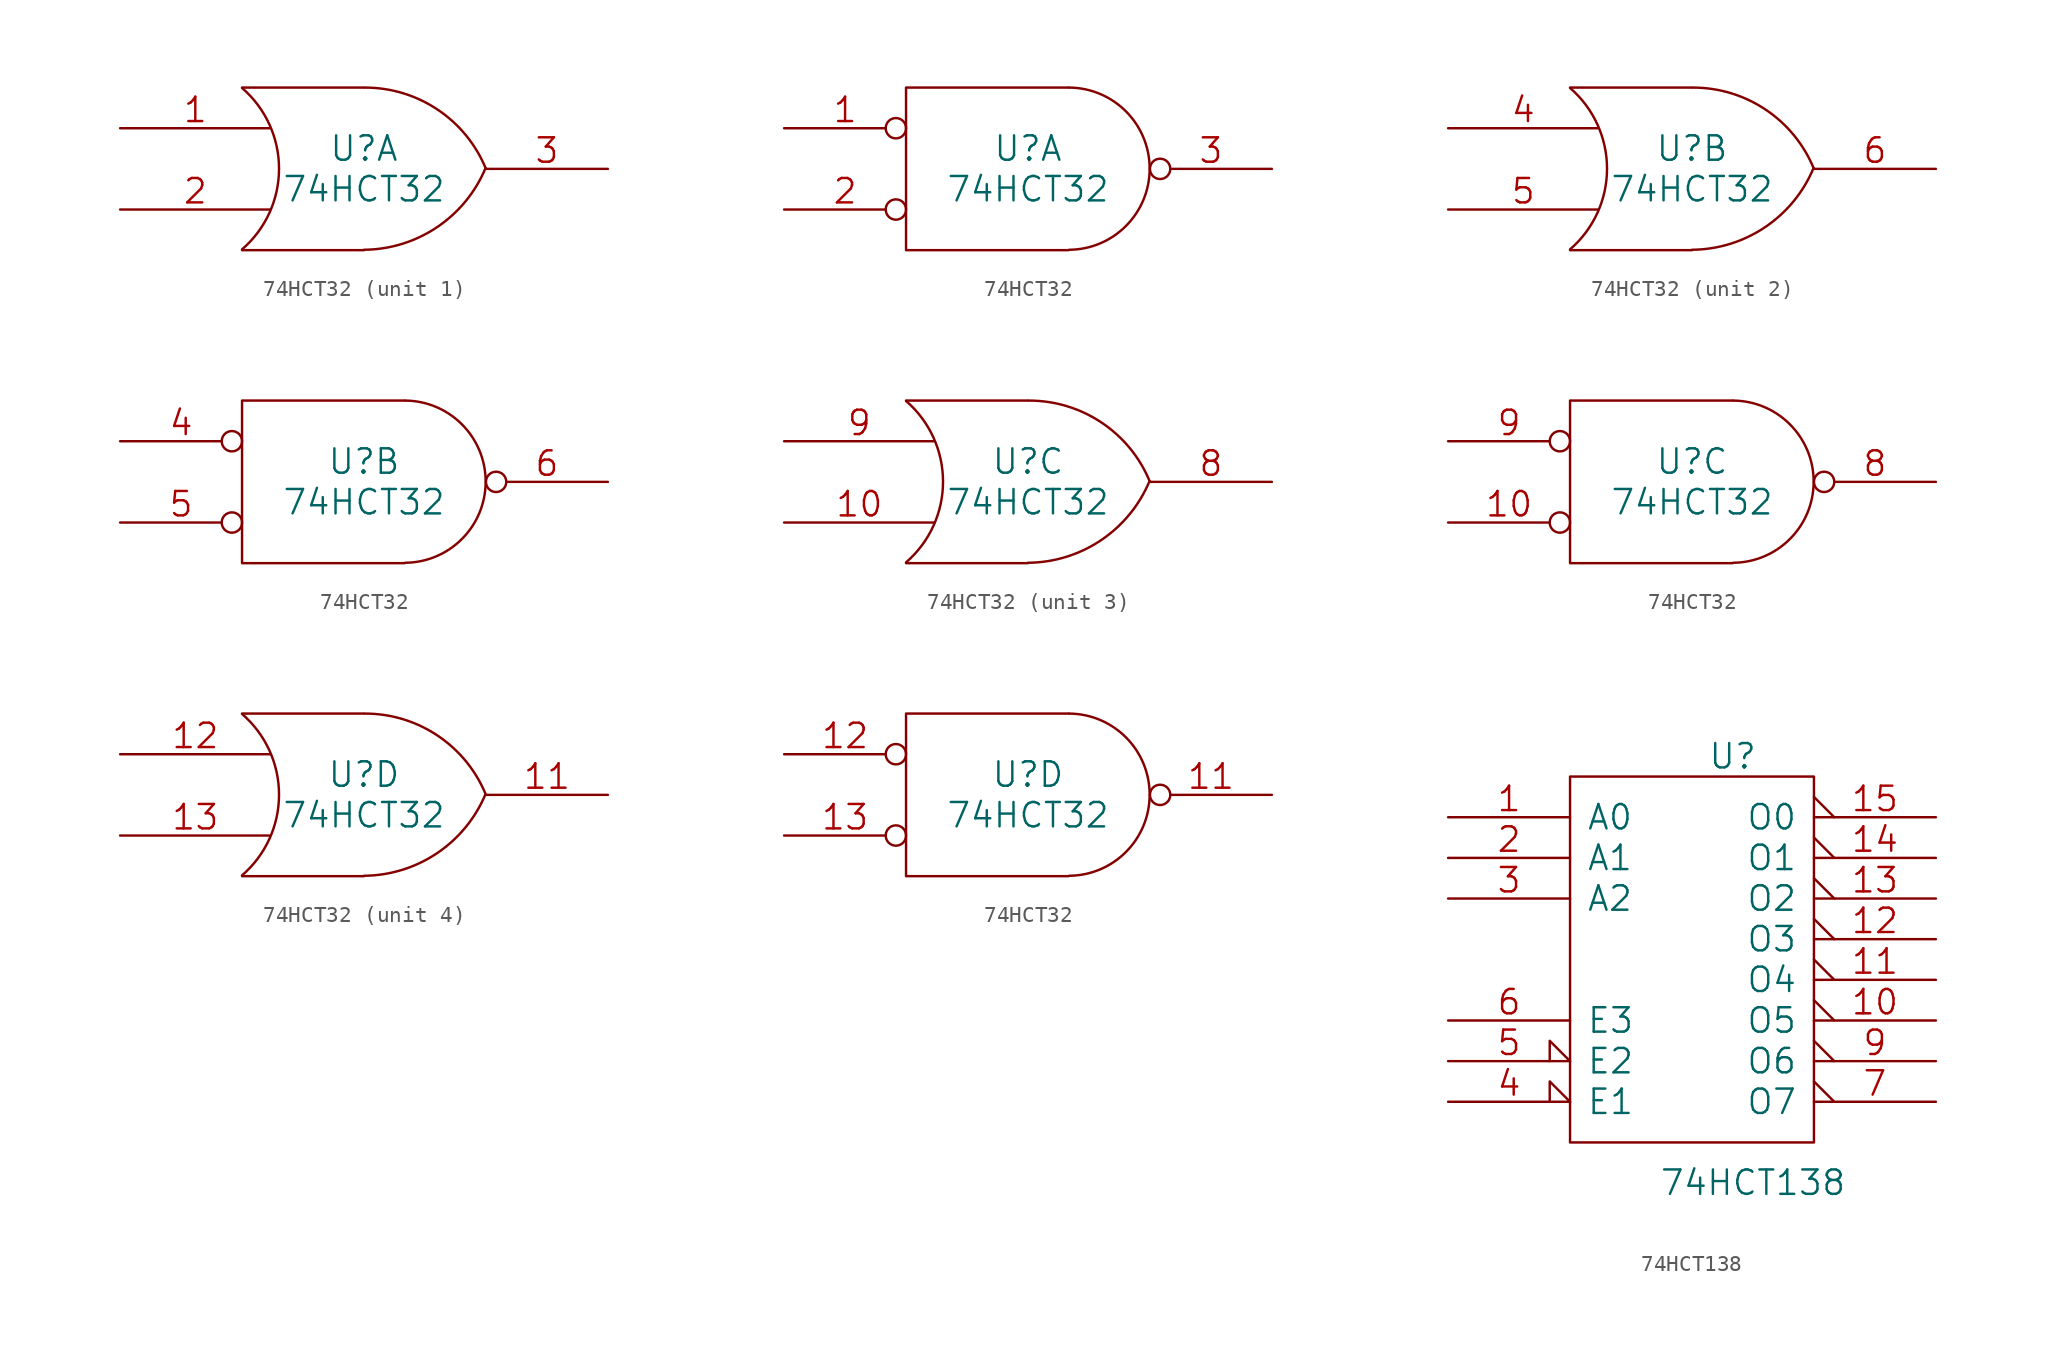
<source format=kicad_sym>
(kicad_symbol_lib
  (version 20211014)
  (generator kicad_symbol_editor)
  (symbol "74HCT32"
    (pin_names
      (offset 0.762))
    (property "Reference" "U"
      (at 0 1.27 0)
      (effects (font (size 1.524 1.524))))
    (property "Value" "74HCT32"
      (at 0 -1.27 0)
      (effects (font (size 1.524 1.524))))
    (property "Footprint" ""
      (at 0 0 0)
      (effects (font (size 1.524 1.524))))
    (property "Datasheet" ""
      (at 0 0 0)
      (effects (font (size 1.524 1.524))))
    (symbol "74HCT32_0_0"
      (pin power_in line (at -5.08 5.08 90) (length 0) hide (name "VCC" (effects (font (size 1.016 1.016)))) (number "14" (effects (font (size 1.016 1.016)))))
      (pin power_in line (at -5.08 -5.08 90) (length 0) hide (name "GND" (effects (font (size 1.016 1.016)))) (number "7" (effects (font (size 1.016 1.016))))))
    (symbol "74HCT32_0_1"
      (arc (start -7.62 -5.0292) (mid -5.3094 0.0082) (end -7.62 5.0546) (stroke (width 0) (type default) (color 0 0 0 0)) (fill (type none)))
      (arc (start 0 -5.0546) (mid 4.5632 -3.6449) (end 7.5946 0.0508) (stroke (width 0) (type default) (color 0 0 0 0)) (fill (type none)))
      (polyline (pts (xy -7.62 -5.08) (xy 0 -5.08)) (stroke (width 0) (type default) (color 0 0 0 0)) (fill (type none)))
      (polyline (pts (xy -7.62 5.08) (xy 0 5.08)) (stroke (width 0) (type default) (color 0 0 0 0)) (fill (type none)))
      (arc (start 7.62 0) (mid 4.6132 3.6946) (end 0.0508 5.08) (stroke (width 0) (type default) (color 0 0 0 0)) (fill (type none))))
    (symbol "74HCT32_0_2"
      (polyline (pts (xy 2.54 5.08) (xy -7.62 5.08) (xy -7.62 -5.08) (xy 2.54 -5.08)) (stroke (width 0) (type default) (color 0 0 0 0)) (fill (type none)))
      (arc (start 2.5654 -5.0546) (mid 7.5947 0.0001) (end 2.5654 5.08) (stroke (width 0) (type default) (color 0 0 0 0)) (fill (type none))))
    (symbol "74HCT32_1_1"
      (pin input line (at -15.24 2.54 0) (length 9.398) (name "~" (effects (font (size 1.524 1.524)))) (number "1" (effects (font (size 1.524 1.524)))))
      (pin input line (at -15.24 -2.54 0) (length 9.398) (name "~" (effects (font (size 1.524 1.524)))) (number "2" (effects (font (size 1.524 1.524)))))
      (pin output line (at 15.24 0 180) (length 7.62) (name "~" (effects (font (size 1.524 1.524)))) (number "3" (effects (font (size 1.524 1.524))))))
    (symbol "74HCT32_1_2"
      (pin input inverted (at -15.24 2.54 0) (length 7.62) (name "~" (effects (font (size 1.524 1.524)))) (number "1" (effects (font (size 1.524 1.524)))))
      (pin input inverted (at -15.24 -2.54 0) (length 7.62) (name "~" (effects (font (size 1.524 1.524)))) (number "2" (effects (font (size 1.524 1.524)))))
      (pin output inverted (at 15.24 0 180) (length 7.62) (name "~" (effects (font (size 1.524 1.524)))) (number "3" (effects (font (size 1.524 1.524))))))
    (symbol "74HCT32_2_1"
      (pin input line (at -15.24 2.54 0) (length 9.398) (name "~" (effects (font (size 1.524 1.524)))) (number "4" (effects (font (size 1.524 1.524)))))
      (pin input line (at -15.24 -2.54 0) (length 9.398) (name "~" (effects (font (size 1.524 1.524)))) (number "5" (effects (font (size 1.524 1.524)))))
      (pin output line (at 15.24 0 180) (length 7.62) (name "~" (effects (font (size 1.524 1.524)))) (number "6" (effects (font (size 1.524 1.524))))))
    (symbol "74HCT32_2_2"
      (pin input inverted (at -15.24 2.54 0) (length 7.62) (name "~" (effects (font (size 1.524 1.524)))) (number "4" (effects (font (size 1.524 1.524)))))
      (pin input inverted (at -15.24 -2.54 0) (length 7.62) (name "~" (effects (font (size 1.524 1.524)))) (number "5" (effects (font (size 1.524 1.524)))))
      (pin output inverted (at 15.24 0 180) (length 7.62) (name "~" (effects (font (size 1.524 1.524)))) (number "6" (effects (font (size 1.524 1.524))))))
    (symbol "74HCT32_3_1"
      (pin input line (at -15.24 -2.54 0) (length 9.398) (name "~" (effects (font (size 1.524 1.524)))) (number "10" (effects (font (size 1.524 1.524)))))
      (pin output line (at 15.24 0 180) (length 7.62) (name "~" (effects (font (size 1.524 1.524)))) (number "8" (effects (font (size 1.524 1.524)))))
      (pin input line (at -15.24 2.54 0) (length 9.398) (name "~" (effects (font (size 1.524 1.524)))) (number "9" (effects (font (size 1.524 1.524))))))
    (symbol "74HCT32_3_2"
      (pin input inverted (at -15.24 -2.54 0) (length 7.62) (name "~" (effects (font (size 1.524 1.524)))) (number "10" (effects (font (size 1.524 1.524)))))
      (pin output inverted (at 15.24 0 180) (length 7.62) (name "~" (effects (font (size 1.524 1.524)))) (number "8" (effects (font (size 1.524 1.524)))))
      (pin input inverted (at -15.24 2.54 0) (length 7.62) (name "~" (effects (font (size 1.524 1.524)))) (number "9" (effects (font (size 1.524 1.524))))))
    (symbol "74HCT32_4_1"
      (pin output line (at 15.24 0 180) (length 7.62) (name "~" (effects (font (size 1.524 1.524)))) (number "11" (effects (font (size 1.524 1.524)))))
      (pin input line (at -15.24 2.54 0) (length 9.398) (name "~" (effects (font (size 1.524 1.524)))) (number "12" (effects (font (size 1.524 1.524)))))
      (pin input line (at -15.24 -2.54 0) (length 9.398) (name "~" (effects (font (size 1.524 1.524)))) (number "13" (effects (font (size 1.524 1.524))))))
    (symbol "74HCT32_4_2"
      (pin output inverted (at 15.24 0 180) (length 7.62) (name "~" (effects (font (size 1.524 1.524)))) (number "11" (effects (font (size 1.524 1.524)))))
      (pin input inverted (at -15.24 2.54 0) (length 7.62) (name "~" (effects (font (size 1.524 1.524)))) (number "12" (effects (font (size 1.524 1.524)))))
      (pin input inverted (at -15.24 -2.54 0) (length 7.62) (name "~" (effects (font (size 1.524 1.524)))) (number "13" (effects (font (size 1.524 1.524)))))))
  (symbol "74HCT138"
    (pin_names
      (offset 1.016))
    (property "Reference" "U"
      (at 2.54 12.7 0)
      (effects (font (size 1.524 1.524))))
    (property "Value" "74HCT138"
      (at 3.81 -13.945 0)
      (effects (font (size 1.524 1.524))))
    (property "Footprint" ""
      (at 0 0 0)
      (effects (font (size 1.524 1.524))))
    (property "Datasheet" ""
      (at 0 0 0)
      (effects (font (size 1.524 1.524))))
    (symbol "74HCT138_0_1"
      (rectangle (start -7.62 11.43) (end 7.62 -11.43) (stroke (width 0) (type default) (color 0 0 0 0)) (fill (type none))))
    (symbol "74HCT138_1_1"
      (pin input line (at -15.24 8.89 0) (length 7.62) (name "A0" (effects (font (size 1.524 1.524)))) (number "1" (effects (font (size 1.524 1.524)))))
      (pin output output_low (at 15.24 -3.81 180) (length 7.62) (name "O5" (effects (font (size 1.524 1.524)))) (number "10" (effects (font (size 1.524 1.524)))))
      (pin output output_low (at 15.24 -1.27 180) (length 7.62) (name "O4" (effects (font (size 1.524 1.524)))) (number "11" (effects (font (size 1.524 1.524)))))
      (pin output output_low (at 15.24 1.27 180) (length 7.62) (name "O3" (effects (font (size 1.524 1.524)))) (number "12" (effects (font (size 1.524 1.524)))))
      (pin output output_low (at 15.24 3.81 180) (length 7.62) (name "O2" (effects (font (size 1.524 1.524)))) (number "13" (effects (font (size 1.524 1.524)))))
      (pin output output_low (at 15.24 6.35 180) (length 7.62) (name "O1" (effects (font (size 1.524 1.524)))) (number "14" (effects (font (size 1.524 1.524)))))
      (pin output output_low (at 15.24 8.89 180) (length 7.62) (name "O0" (effects (font (size 1.524 1.524)))) (number "15" (effects (font (size 1.524 1.524)))))
      (pin power_in line (at 0 11.43 270) (length 0) hide (name "VCC" (effects (font (size 1.27 1.27)))) (number "16" (effects (font (size 1.27 1.27)))))
      (pin input line (at -15.24 6.35 0) (length 7.62) (name "A1" (effects (font (size 1.524 1.524)))) (number "2" (effects (font (size 1.524 1.524)))))
      (pin input line (at -15.24 3.81 0) (length 7.62) (name "A2" (effects (font (size 1.524 1.524)))) (number "3" (effects (font (size 1.524 1.524)))))
      (pin input input_low (at -15.24 -8.89 0) (length 7.62) (name "E1" (effects (font (size 1.524 1.524)))) (number "4" (effects (font (size 1.524 1.524)))))
      (pin input input_low (at -15.24 -6.35 0) (length 7.62) (name "E2" (effects (font (size 1.524 1.524)))) (number "5" (effects (font (size 1.524 1.524)))))
      (pin input line (at -15.24 -3.81 0) (length 7.62) (name "E3" (effects (font (size 1.524 1.524)))) (number "6" (effects (font (size 1.524 1.524)))))
      (pin output output_low (at 15.24 -8.89 180) (length 7.62) (name "O7" (effects (font (size 1.524 1.524)))) (number "7" (effects (font (size 1.524 1.524)))))
      (pin power_in line (at 0 -11.43 90) (length 0) hide (name "GND" (effects (font (size 1.27 1.27)))) (number "8" (effects (font (size 1.27 1.27)))))
      (pin output output_low (at 15.24 -6.35 180) (length 7.62) (name "O6" (effects (font (size 1.524 1.524)))) (number "9" (effects (font (size 1.524 1.524))))))))
</source>
